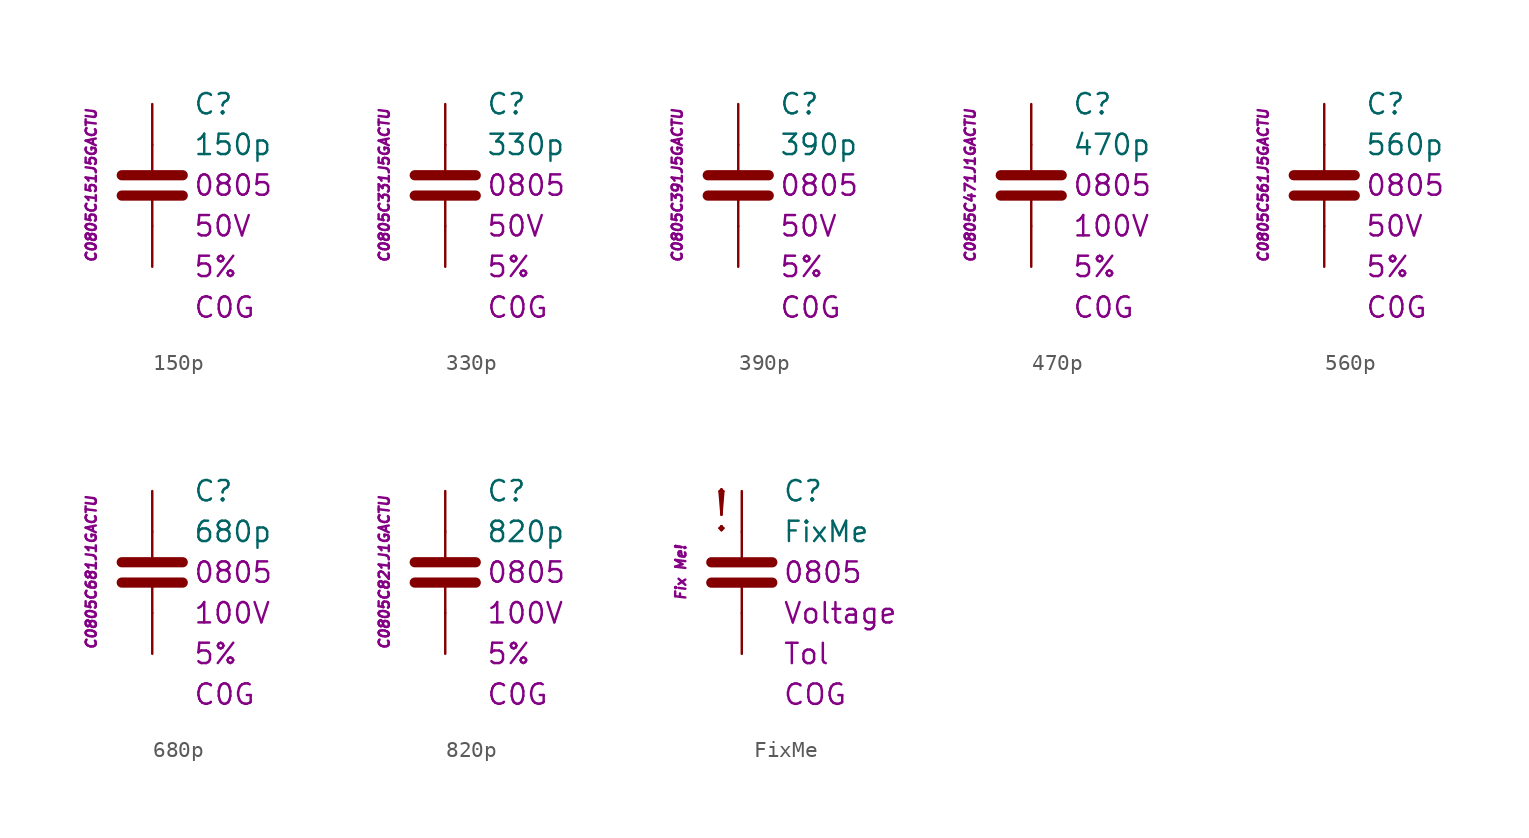
<source format=kicad_sym>
(kicad_symbol_lib
  (version 20201005)
  (generator kicad_symbol_editor)
  (symbol "C.Kemet.MLCC.0805.COG:150p"
    (pin_numbers hide)
    (pin_names
      (offset 1.016) hide)
    (property "Reference" "C"
      (at 2.54 5.08 0)
      (effects (font (size 1.27 1.27)) (justify left)))
    (property "Value" "150p"
      (at 2.54 2.54 0)
      (effects (font (size 1.27 1.27)) (justify left)))
    (property "Package" "0805"
      (at 2.54 0 0)
      (effects (font (size 1.27 1.27)) (justify left)))
    (property "Voltage" "50V"
      (at 2.54 -2.54 0)
      (effects (font (size 1.27 1.27)) (justify left)))
    (property "Tolerance" "5%"
      (at 2.54 -5.08 0)
      (effects (font (size 1.27 1.27)) (justify left)))
    (property "Dielectric" "C0G"
      (at 2.54 -7.62 0)
      (effects (font (size 1.27 1.27)) (justify left)))
    (property "ID" "C0805C151J5GACTU"
      (at -3.81 0 90)
      (effects (font (size 0.635 0.635) italic)))
    (symbol "150p_0_1"
      (polyline (pts (xy -1.905 -0.635) (xy 1.905 -0.635)) (stroke (width 0.635)) (fill (type none)))
      (polyline (pts (xy -1.905 0.635) (xy 1.905 0.635)) (stroke (width 0.635)) (fill (type none)))
      (polyline (pts (xy 0 -2.54) (xy 0 -0.635)) (stroke (width 0.152)) (fill (type none)))
      (polyline (pts (xy 0 0.635) (xy 0 2.54)) (stroke (width 0.152)) (fill (type none))))
    (symbol "150p_1_1"
      (pin passive line (at 0 5.08 270) (length 2.54) (name "~" (effects (font (size 1.778 1.778)))) (number "1" (effects (font (size 1.778 1.778)))))
      (pin passive line (at 0 -5.08 90) (length 2.54) (name "~" (effects (font (size 1.778 1.778)))) (number "2" (effects (font (size 1.778 1.778)))))))
  (symbol "C.Kemet.MLCC.0805.COG:330p"
    (pin_numbers hide)
    (pin_names
      (offset 1.016) hide)
    (property "Reference" "C"
      (at 2.54 5.08 0)
      (effects (font (size 1.27 1.27)) (justify left)))
    (property "Value" "330p"
      (at 2.54 2.54 0)
      (effects (font (size 1.27 1.27)) (justify left)))
    (property "Package" "0805"
      (at 2.54 0 0)
      (effects (font (size 1.27 1.27)) (justify left)))
    (property "Voltage" "50V"
      (at 2.54 -2.54 0)
      (effects (font (size 1.27 1.27)) (justify left)))
    (property "Tolerance" "5%"
      (at 2.54 -5.08 0)
      (effects (font (size 1.27 1.27)) (justify left)))
    (property "Dielectric" "C0G"
      (at 2.54 -7.62 0)
      (effects (font (size 1.27 1.27)) (justify left)))
    (property "ID" "C0805C331J5GACTU"
      (at -3.81 0 90)
      (effects (font (size 0.635 0.635) italic)))
    (symbol "330p_0_1"
      (polyline (pts (xy -1.905 -0.635) (xy 1.905 -0.635)) (stroke (width 0.635)) (fill (type none)))
      (polyline (pts (xy -1.905 0.635) (xy 1.905 0.635)) (stroke (width 0.635)) (fill (type none)))
      (polyline (pts (xy 0 -2.54) (xy 0 -0.635)) (stroke (width 0.152)) (fill (type none)))
      (polyline (pts (xy 0 0.635) (xy 0 2.54)) (stroke (width 0.152)) (fill (type none))))
    (symbol "330p_1_1"
      (pin passive line (at 0 5.08 270) (length 2.54) (name "~" (effects (font (size 1.778 1.778)))) (number "1" (effects (font (size 1.778 1.778)))))
      (pin passive line (at 0 -5.08 90) (length 2.54) (name "~" (effects (font (size 1.778 1.778)))) (number "2" (effects (font (size 1.778 1.778)))))))
  (symbol "C.Kemet.MLCC.0805.COG:390p"
    (pin_numbers hide)
    (pin_names
      (offset 1.016) hide)
    (property "Reference" "C"
      (at 2.54 5.08 0)
      (effects (font (size 1.27 1.27)) (justify left)))
    (property "Value" "390p"
      (at 2.54 2.54 0)
      (effects (font (size 1.27 1.27)) (justify left)))
    (property "Package" "0805"
      (at 2.54 0 0)
      (effects (font (size 1.27 1.27)) (justify left)))
    (property "Voltage" "50V"
      (at 2.54 -2.54 0)
      (effects (font (size 1.27 1.27)) (justify left)))
    (property "Tolerance" "5%"
      (at 2.54 -5.08 0)
      (effects (font (size 1.27 1.27)) (justify left)))
    (property "Dielectric" "C0G"
      (at 2.54 -7.62 0)
      (effects (font (size 1.27 1.27)) (justify left)))
    (property "ID" "C0805C391J5GACTU"
      (at -3.81 0 90)
      (effects (font (size 0.635 0.635) italic)))
    (symbol "390p_0_1"
      (polyline (pts (xy -1.905 -0.635) (xy 1.905 -0.635)) (stroke (width 0.635)) (fill (type none)))
      (polyline (pts (xy -1.905 0.635) (xy 1.905 0.635)) (stroke (width 0.635)) (fill (type none)))
      (polyline (pts (xy 0 -2.54) (xy 0 -0.635)) (stroke (width 0.152)) (fill (type none)))
      (polyline (pts (xy 0 0.635) (xy 0 2.54)) (stroke (width 0.152)) (fill (type none))))
    (symbol "390p_1_1"
      (pin passive line (at 0 5.08 270) (length 2.54) (name "~" (effects (font (size 1.778 1.778)))) (number "1" (effects (font (size 1.778 1.778)))))
      (pin passive line (at 0 -5.08 90) (length 2.54) (name "~" (effects (font (size 1.778 1.778)))) (number "2" (effects (font (size 1.778 1.778)))))))
  (symbol "C.Kemet.MLCC.0805.COG:470p"
    (pin_numbers hide)
    (pin_names
      (offset 1.016) hide)
    (property "Reference" "C"
      (at 2.54 5.08 0)
      (effects (font (size 1.27 1.27)) (justify left)))
    (property "Value" "470p"
      (at 2.54 2.54 0)
      (effects (font (size 1.27 1.27)) (justify left)))
    (property "Package" "0805"
      (at 2.54 0 0)
      (effects (font (size 1.27 1.27)) (justify left)))
    (property "Voltage" "100V"
      (at 2.54 -2.54 0)
      (effects (font (size 1.27 1.27)) (justify left)))
    (property "Tolerance" "5%"
      (at 2.54 -5.08 0)
      (effects (font (size 1.27 1.27)) (justify left)))
    (property "Dielectric" "C0G"
      (at 2.54 -7.62 0)
      (effects (font (size 1.27 1.27)) (justify left)))
    (property "ID" "C0805C471J1GACTU"
      (at -3.81 0 90)
      (effects (font (size 0.635 0.635) italic)))
    (symbol "470p_0_1"
      (polyline (pts (xy -1.905 -0.635) (xy 1.905 -0.635)) (stroke (width 0.635)) (fill (type none)))
      (polyline (pts (xy -1.905 0.635) (xy 1.905 0.635)) (stroke (width 0.635)) (fill (type none)))
      (polyline (pts (xy 0 -2.54) (xy 0 -0.635)) (stroke (width 0.152)) (fill (type none)))
      (polyline (pts (xy 0 0.635) (xy 0 2.54)) (stroke (width 0.152)) (fill (type none))))
    (symbol "470p_1_1"
      (pin passive line (at 0 5.08 270) (length 2.54) (name "~" (effects (font (size 1.778 1.778)))) (number "1" (effects (font (size 1.778 1.778)))))
      (pin passive line (at 0 -5.08 90) (length 2.54) (name "~" (effects (font (size 1.778 1.778)))) (number "2" (effects (font (size 1.778 1.778)))))))
  (symbol "C.Kemet.MLCC.0805.COG:560p"
    (pin_numbers hide)
    (pin_names
      (offset 1.016) hide)
    (property "Reference" "C"
      (at 2.54 5.08 0)
      (effects (font (size 1.27 1.27)) (justify left)))
    (property "Value" "560p"
      (at 2.54 2.54 0)
      (effects (font (size 1.27 1.27)) (justify left)))
    (property "Package" "0805"
      (at 2.54 0 0)
      (effects (font (size 1.27 1.27)) (justify left)))
    (property "Voltage" "50V"
      (at 2.54 -2.54 0)
      (effects (font (size 1.27 1.27)) (justify left)))
    (property "Tolerance" "5%"
      (at 2.54 -5.08 0)
      (effects (font (size 1.27 1.27)) (justify left)))
    (property "Dielectric" "C0G"
      (at 2.54 -7.62 0)
      (effects (font (size 1.27 1.27)) (justify left)))
    (property "ID" "C0805C561J5GACTU"
      (at -3.81 0 90)
      (effects (font (size 0.635 0.635) italic)))
    (symbol "560p_0_1"
      (polyline (pts (xy -1.905 -0.635) (xy 1.905 -0.635)) (stroke (width 0.635)) (fill (type none)))
      (polyline (pts (xy -1.905 0.635) (xy 1.905 0.635)) (stroke (width 0.635)) (fill (type none)))
      (polyline (pts (xy 0 -2.54) (xy 0 -0.635)) (stroke (width 0.152)) (fill (type none)))
      (polyline (pts (xy 0 0.635) (xy 0 2.54)) (stroke (width 0.152)) (fill (type none))))
    (symbol "560p_1_1"
      (pin passive line (at 0 5.08 270) (length 2.54) (name "~" (effects (font (size 1.778 1.778)))) (number "1" (effects (font (size 1.778 1.778)))))
      (pin passive line (at 0 -5.08 90) (length 2.54) (name "~" (effects (font (size 1.778 1.778)))) (number "2" (effects (font (size 1.778 1.778)))))))
  (symbol "C.Kemet.MLCC.0805.COG:680p"
    (pin_numbers hide)
    (pin_names
      (offset 1.016) hide)
    (property "Reference" "C"
      (at 2.54 5.08 0)
      (effects (font (size 1.27 1.27)) (justify left)))
    (property "Value" "680p"
      (at 2.54 2.54 0)
      (effects (font (size 1.27 1.27)) (justify left)))
    (property "Package" "0805"
      (at 2.54 0 0)
      (effects (font (size 1.27 1.27)) (justify left)))
    (property "Voltage" "100V"
      (at 2.54 -2.54 0)
      (effects (font (size 1.27 1.27)) (justify left)))
    (property "Tolerance" "5%"
      (at 2.54 -5.08 0)
      (effects (font (size 1.27 1.27)) (justify left)))
    (property "Dielectric" "C0G"
      (at 2.54 -7.62 0)
      (effects (font (size 1.27 1.27)) (justify left)))
    (property "ID" "C0805C681J1GACTU"
      (at -3.81 0 90)
      (effects (font (size 0.635 0.635) italic)))
    (symbol "680p_0_1"
      (polyline (pts (xy -1.905 -0.635) (xy 1.905 -0.635)) (stroke (width 0.635)) (fill (type none)))
      (polyline (pts (xy -1.905 0.635) (xy 1.905 0.635)) (stroke (width 0.635)) (fill (type none)))
      (polyline (pts (xy 0 -2.54) (xy 0 -0.635)) (stroke (width 0.152)) (fill (type none)))
      (polyline (pts (xy 0 0.635) (xy 0 2.54)) (stroke (width 0.152)) (fill (type none))))
    (symbol "680p_1_1"
      (pin passive line (at 0 5.08 270) (length 2.54) (name "~" (effects (font (size 1.778 1.778)))) (number "1" (effects (font (size 1.778 1.778)))))
      (pin passive line (at 0 -5.08 90) (length 2.54) (name "~" (effects (font (size 1.778 1.778)))) (number "2" (effects (font (size 1.778 1.778)))))))
  (symbol "C.Kemet.MLCC.0805.COG:820p"
    (pin_numbers hide)
    (pin_names
      (offset 1.016) hide)
    (property "Reference" "C"
      (at 2.54 5.08 0)
      (effects (font (size 1.27 1.27)) (justify left)))
    (property "Value" "820p"
      (at 2.54 2.54 0)
      (effects (font (size 1.27 1.27)) (justify left)))
    (property "Package" "0805"
      (at 2.54 0 0)
      (effects (font (size 1.27 1.27)) (justify left)))
    (property "Voltage" "100V"
      (at 2.54 -2.54 0)
      (effects (font (size 1.27 1.27)) (justify left)))
    (property "Tolerance" "5%"
      (at 2.54 -5.08 0)
      (effects (font (size 1.27 1.27)) (justify left)))
    (property "Dielectric" "C0G"
      (at 2.54 -7.62 0)
      (effects (font (size 1.27 1.27)) (justify left)))
    (property "ID" "C0805C821J1GACTU"
      (at -3.81 0 90)
      (effects (font (size 0.635 0.635) italic)))
    (symbol "820p_0_1"
      (polyline (pts (xy -1.905 -0.635) (xy 1.905 -0.635)) (stroke (width 0.635)) (fill (type none)))
      (polyline (pts (xy -1.905 0.635) (xy 1.905 0.635)) (stroke (width 0.635)) (fill (type none)))
      (polyline (pts (xy 0 -2.54) (xy 0 -0.635)) (stroke (width 0.152)) (fill (type none)))
      (polyline (pts (xy 0 0.635) (xy 0 2.54)) (stroke (width 0.152)) (fill (type none))))
    (symbol "820p_1_1"
      (pin passive line (at 0 5.08 270) (length 2.54) (name "~" (effects (font (size 1.778 1.778)))) (number "1" (effects (font (size 1.778 1.778)))))
      (pin passive line (at 0 -5.08 90) (length 2.54) (name "~" (effects (font (size 1.778 1.778)))) (number "2" (effects (font (size 1.778 1.778)))))))
  (symbol "C.Kemet.MLCC.0805.COG:FixMe"
    (pin_numbers hide)
    (pin_names
      (offset 1.016) hide)
    (property "Reference" "C"
      (at 2.54 5.08 0)
      (effects (font (size 1.27 1.27)) (justify left)))
    (property "Value" "FixMe"
      (at 2.54 2.54 0)
      (effects (font (size 1.27 1.27)) (justify left)))
    (property "Package" "0805"
      (at 2.54 0 0)
      (effects (font (size 1.27 1.27)) (justify left)))
    (property "Voltage" "Voltage"
      (at 2.54 -2.54 0)
      (effects (font (size 1.27 1.27)) (justify left)))
    (property "Tolerance" "Tol"
      (at 2.54 -5.08 0)
      (effects (font (size 1.27 1.27)) (justify left)))
    (property "Dielectric" "COG"
      (at 2.54 -7.62 0)
      (effects (font (size 1.27 1.27)) (justify left)))
    (property "ID" "Fix Me!"
      (at -3.81 0 90)
      (effects (font (size 0.635 0.635) italic)))
    (symbol "FixMe_0_0"
      (text "!" (at -1.27 3.81 0) (effects (font (size 2.54 2.54)))))
    (symbol "FixMe_0_1"
      (polyline (pts (xy -1.905 -0.635) (xy 1.905 -0.635)) (stroke (width 0.635)) (fill (type none)))
      (polyline (pts (xy -1.905 0.635) (xy 1.905 0.635)) (stroke (width 0.635)) (fill (type none)))
      (polyline (pts (xy 0 -2.54) (xy 0 -0.635)) (stroke (width 0.152)) (fill (type none)))
      (polyline (pts (xy 0 0.635) (xy 0 2.54)) (stroke (width 0.152)) (fill (type none))))
    (symbol "FixMe_1_1"
      (pin passive line (at 0 5.08 270) (length 2.54) (name "~" (effects (font (size 1.778 1.778)))) (number "1" (effects (font (size 1.778 1.778)))))
      (pin passive line (at 0 -5.08 90) (length 2.54) (name "~" (effects (font (size 1.778 1.778)))) (number "2" (effects (font (size 1.778 1.778))))))))
</source>
